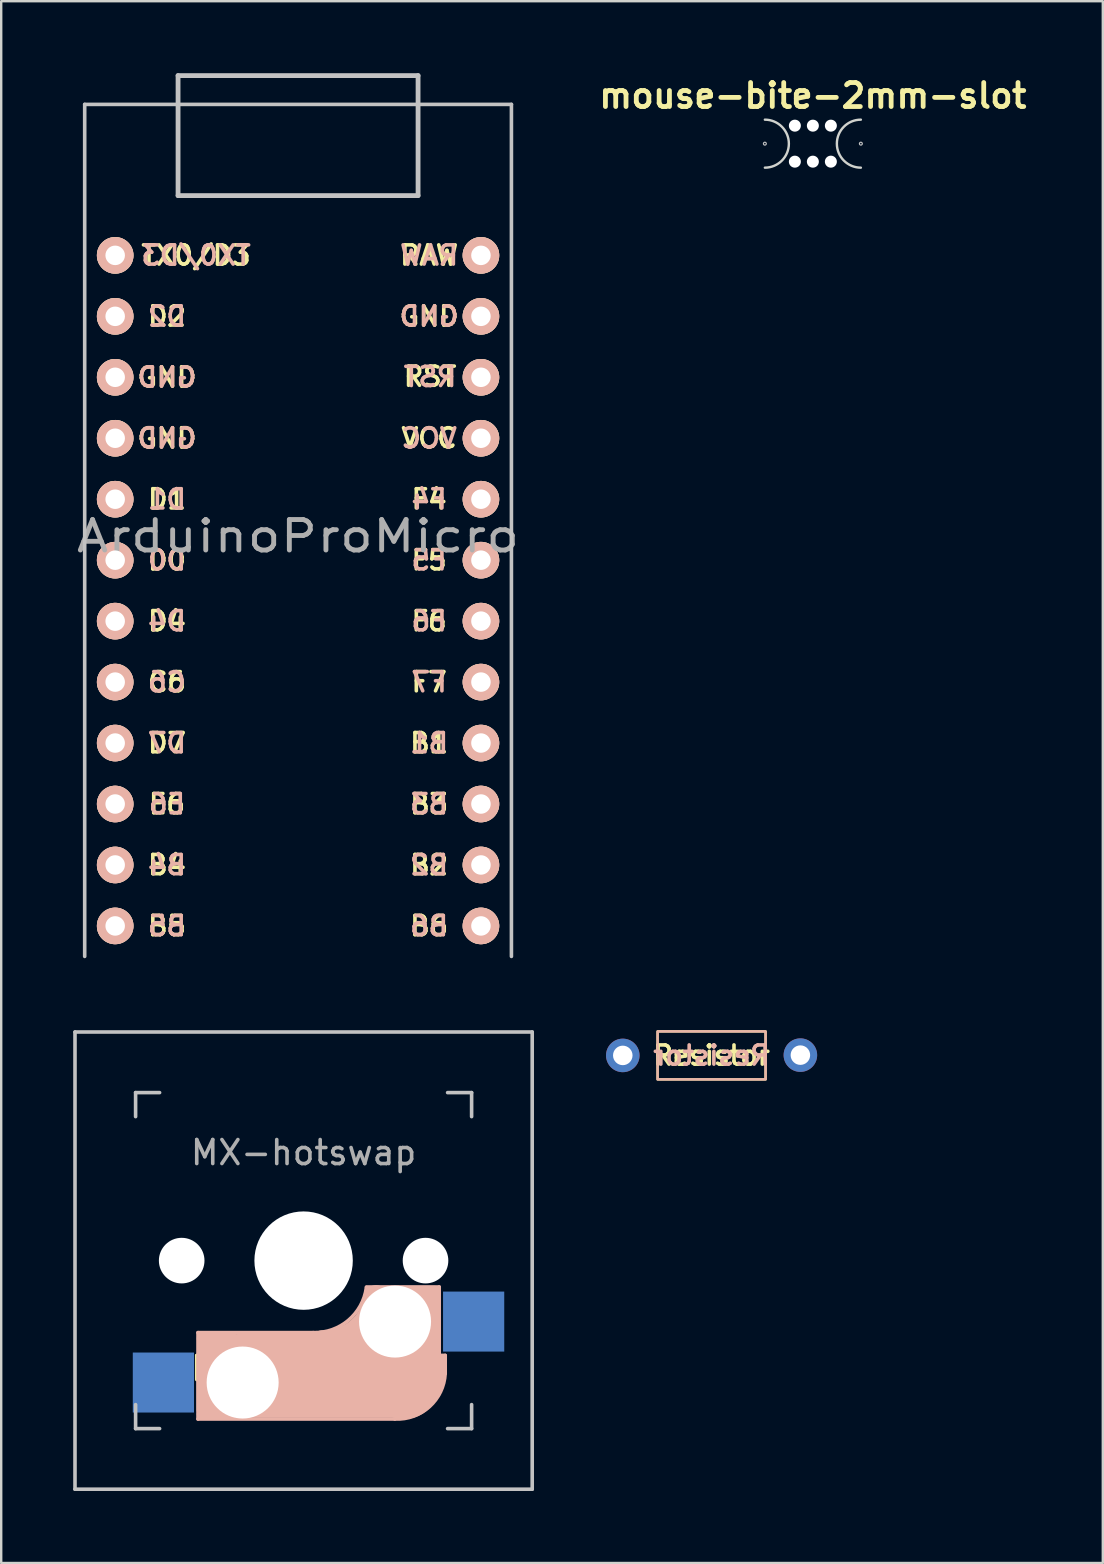
<source format=kicad_pcb>
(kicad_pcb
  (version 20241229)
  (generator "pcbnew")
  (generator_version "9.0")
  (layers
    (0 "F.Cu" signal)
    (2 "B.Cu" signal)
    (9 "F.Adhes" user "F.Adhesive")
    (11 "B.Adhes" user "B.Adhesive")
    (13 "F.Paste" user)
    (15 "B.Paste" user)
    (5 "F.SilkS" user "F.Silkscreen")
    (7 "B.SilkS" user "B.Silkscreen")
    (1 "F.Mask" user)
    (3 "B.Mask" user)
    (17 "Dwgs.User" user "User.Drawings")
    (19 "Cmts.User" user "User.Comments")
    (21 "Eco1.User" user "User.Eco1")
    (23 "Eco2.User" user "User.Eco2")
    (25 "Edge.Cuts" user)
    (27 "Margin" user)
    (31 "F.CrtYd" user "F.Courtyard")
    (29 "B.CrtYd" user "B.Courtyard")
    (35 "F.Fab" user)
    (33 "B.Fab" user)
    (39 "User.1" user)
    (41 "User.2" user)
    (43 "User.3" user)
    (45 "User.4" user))
  (footprint "MX-hotswap"
    (layer "F.Cu")
    (at 9.6 49.475)
    (property "Reference" "MX-hotswap" (at 0 4.5 0) (unlocked yes) (layer "F.SilkS") (effects (font (size 1 1) (thickness 0.15))))
    (attr smd)
    (fp_line (start -4.4 3) (end -4.4 6.6) (stroke (width 0.15) (type solid)) (layer "B.SilkS"))
    (fp_line (start -4.4 6.6) (end 3.8 6.6) (stroke (width 0.15) (type solid)) (layer "B.SilkS"))
    (fp_line (start -4.38 4) (end -4.38 6.25) (stroke (width 0.15) (type solid)) (layer "B.SilkS"))
    (fp_line (start -4.25 6.4) (end -3 6.4) (stroke (width 0.4) (type solid)) (layer "B.SilkS"))
    (fp_line (start -4.2 3.25) (end -2.9 3.3) (stroke (width 0.5) (type solid)) (layer "B.SilkS"))
    (fp_line (start -3.9 6) (end -3.9 3.5) (stroke (width 1) (type solid)) (layer "B.SilkS"))
    (fp_line (start -2.6 4.8) (end 4.1 4.8) (stroke (width 3.5) (type solid)) (layer "B.SilkS"))
    (fp_line (start 0.4 3) (end -4.4 3) (stroke (width 0.15) (type solid)) (layer "B.SilkS"))
    (fp_line (start 4.17 5.1) (end 4.17 2.86) (stroke (width 3) (type solid)) (layer "B.SilkS"))
    (fp_line (start 5.3 1.6) (end 5.3 3.4) (stroke (width 0.8) (type solid)) (layer "B.SilkS"))
    (fp_line (start 5.45 1.3) (end 3 1.3) (stroke (width 0.5) (type solid)) (layer "B.SilkS"))
    (fp_line (start 5.65 1.1) (end 2.62 1.1) (stroke (width 0.15) (type solid)) (layer "B.SilkS"))
    (fp_line (start 5.65 5.55) (end 5.65 1.1) (stroke (width 0.15) (type solid)) (layer "B.SilkS"))
    (fp_line (start 5.8 4.05) (end 5.8 4.7) (stroke (width 0.3) (type solid)) (layer "B.SilkS"))
    (fp_line (start 5.9 3.95) (end 5.7 3.95) (stroke (width 0.15) (type solid)) (layer "B.SilkS"))
    (fp_line (start 5.9 4.7) (end 5.9 3.95) (stroke (width 0.15) (type solid)) (layer "B.SilkS"))
    (fp_arc (start 2.616318 1.121471) (mid 1.868709 2.486118) (end 0.4 3) (stroke (width 0.15) (type solid)) (layer "B.SilkS"))
    (fp_arc (start 3.016318 1.521471) (mid 2.268709 2.886118) (end 0.8 3.4) (stroke (width 1) (type solid)) (layer "B.SilkS"))
    (fp_arc (start 5.9 4.699999) (mid 5.243504 6.084924) (end 3.800001 6.6) (stroke (width 0.15) (type solid)) (layer "B.SilkS"))
    (fp_line (start -9.525 -9.525) (end 9.525 -9.525) (stroke (width 0.15) (type solid)) (layer "Dwgs.User"))
    (fp_line (start -9.525 9.525) (end -9.525 -9.525) (stroke (width 0.15) (type solid)) (layer "Dwgs.User"))
    (fp_line (start -7 -7) (end -7 -6) (stroke (width 0.15) (type solid)) (layer "Dwgs.User"))
    (fp_line (start -7 7) (end -7 6) (stroke (width 0.15) (type solid)) (layer "Dwgs.User"))
    (fp_line (start -7 7) (end -6 7) (stroke (width 0.15) (type solid)) (layer "Dwgs.User"))
    (fp_line (start -6 -7) (end -7 -7) (stroke (width 0.15) (type solid)) (layer "Dwgs.User"))
    (fp_line (start 7 -7) (end 6 -7) (stroke (width 0.15) (type solid)) (layer "Dwgs.User"))
    (fp_line (start 7 -6) (end 7 -7) (stroke (width 0.15) (type solid)) (layer "Dwgs.User"))
    (fp_line (start 7 6) (end 7 7) (stroke (width 0.15) (type solid)) (layer "Dwgs.User"))
    (fp_line (start 7 7) (end 6 7) (stroke (width 0.15) (type solid)) (layer "Dwgs.User"))
    (fp_line (start 9.525 -9.525) (end 9.525 9.525) (stroke (width 0.15) (type solid)) (layer "Dwgs.User"))
    (fp_line (start 9.525 9.525) (end -9.525 9.525) (stroke (width 0.15) (type solid)) (layer "Dwgs.User"))
    (fp_text user "${REFERENCE}" (at 0 -4.5 0) (unlocked yes) (layer "F.Fab") (effects (font (size 1 1) (thickness 0.15))))
    (pad "" np_thru_hole circle (at -5.08 0 180) (size 1.9 1.9) (drill 1.9) (layers "*.Cu" "*.Mask"))
    (pad "" np_thru_hole circle (at -2.54 5.08 180) (size 3 3) (drill 3) (layers "*.Cu" "*.Mask"))
    (pad "" np_thru_hole circle (at 0 0 270) (size 4.1 4.1) (drill 4.1) (layers "*.Cu" "*.Mask"))
    (pad "" np_thru_hole circle (at 3.81 2.54 180) (size 3 3) (drill 3) (layers "*.Cu" "*.Mask"))
    (pad "" np_thru_hole circle (at 5.08 0 180) (size 1.9 1.9) (drill 1.9) (layers "*.Cu" "*.Mask"))
    (pad "1" smd rect (at -5.842 5.08) (size 2.55 2.5) (layers "B.Cu" "B.Mask" "B.Paste"))
    (pad "2" smd rect (at 7.085 2.54) (size 2.55 2.5) (layers "B.Cu" "B.Mask" "B.Paste")))
  (footprint "mouse-bite-2mm-slot"
    (layer "F.Cu")
    (at 30.819 2.936)
    (property "Reference" "mouse-bite-2mm-slot" (at 0 -2 0) (layer "F.SilkS") (effects (font (size 1 1) (thickness 0.2))))
    (attr through_hole)
    (fp_circle (center -2 0) (end -2 -0.06) (stroke (width 0.05) (type solid)) (fill no) (layer "Dwgs.User"))
    (fp_circle (center 2 0) (end 2.06 0) (stroke (width 0.05) (type solid)) (fill no) (layer "Dwgs.User"))
    (fp_line (start -2 0) (end -2 0) (stroke (width 2) (type solid)) (layer "Eco1.User"))
    (fp_line (start 2 0) (end 2 0) (stroke (width 2) (type solid)) (layer "Eco1.User"))
    (fp_arc (start -2 -1) (mid -1 0) (end -2 1) (stroke (width 0.1) (type solid)) (layer "Edge.Cuts"))
    (fp_arc (start 2 1) (mid 1 0) (end 2 -1) (stroke (width 0.1) (type solid)) (layer "Edge.Cuts"))
    (pad "" np_thru_hole circle (at -0.75 -0.75) (size 0.5 0.5) (drill 0.5) (layers "*.Cu" "*.Mask"))
    (pad "" np_thru_hole circle (at -0.75 0.75) (size 0.5 0.5) (drill 0.5) (layers "*.Cu" "*.Mask"))
    (pad "" np_thru_hole circle (at 0 -0.75) (size 0.5 0.5) (drill 0.5) (layers "*.Cu" "*.Mask"))
    (pad "" np_thru_hole circle (at 0 0.75) (size 0.5 0.5) (drill 0.5) (layers "*.Cu" "*.Mask"))
    (pad "" np_thru_hole circle (at 0.75 -0.75) (size 0.5 0.5) (drill 0.5) (layers "*.Cu" "*.Mask"))
    (pad "" np_thru_hole circle (at 0.75 0.75) (size 0.5 0.5) (drill 0.5) (layers "*.Cu" "*.Mask")))
  (footprint "Resistor"
    (layer "F.Cu")
    (at 26.599 40.925)
    (property "Reference" "Resistor" (at 0 0 0) (unlocked yes) (layer "F.SilkS") (effects (font (size 0.8 0.8) (thickness 0.15))))
    (attr smd)
    (fp_rect (start -2.25 -1) (end 2.25 1) (stroke (width 0.1) (type solid)) (fill no) (layer "F.SilkS"))
    (fp_rect (start 2.25 -1) (end -2.25 1) (stroke (width 0.1) (type solid)) (fill no) (layer "B.SilkS"))
    (fp_text user "${REFERENCE}" (at 0 0 0) (unlocked yes) (layer "B.SilkS") (effects (font (size 0.8 0.8) (thickness 0.15)) (justify mirror)))
    (pad "1" thru_hole circle (at -3.7 0 180) (size 1.397 1.397) (drill 0.813) (layers "*.Cu" "*.Mask"))
    (pad "2" thru_hole circle (at 3.7 -0.012 180) (size 1.397 1.397) (drill 0.813) (layers "*.Cu" "*.Mask")))
  (footprint "ArduinoProMicro"
    (layer "F.Cu")
    (at 9.369 20.29)
    (property "Reference" "ArduinoProMicro" (at 0 -1 0) (layer "F.Fab") (effects (font (size 1.27 1.524) (thickness 0.203))))
    (attr through_hole)
    (fp_line (start -8.89 -18.99) (end -8.89 16.51) (stroke (width 0.15) (type solid)) (layer "Dwgs.User"))
    (fp_line (start -5 -20.19) (end 5 -20.19) (stroke (width 0.2) (type solid)) (layer "Dwgs.User"))
    (fp_line (start -5 -15.19) (end -5 -20.19) (stroke (width 0.2) (type solid)) (layer "Dwgs.User"))
    (fp_line (start 5 -20.19) (end 5 -15.19) (stroke (width 0.2) (type solid)) (layer "Dwgs.User"))
    (fp_line (start 5 -15.19) (end -5 -15.19) (stroke (width 0.2) (type solid)) (layer "Dwgs.User"))
    (fp_line (start 8.89 -18.99) (end -8.89 -18.99) (stroke (width 0.15) (type solid)) (layer "Dwgs.User"))
    (fp_line (start 8.89 16.51) (end 8.89 -18.99) (stroke (width 0.15) (type solid)) (layer "Dwgs.User"))
    (fp_text user "RAW" (at 5.461 -12.7 0) (layer "F.SilkS") (effects (font (size 0.8 0.8) (thickness 0.15))))
    (fp_text user "F7" (at 5.461 5.08 0) (layer "F.SilkS") (effects (font (size 0.8 0.8) (thickness 0.15))))
    (fp_text user "GND" (at -5.461 -5.08 0) (layer "F.SilkS") (effects (font (size 0.8 0.8) (thickness 0.15))))
    (fp_text user "GND" (at -5.461 -7.62 0) (layer "F.SilkS") (effects (font (size 0.8 0.8) (thickness 0.15))))
    (fp_text user "B4" (at -5.461 12.7 0) (layer "F.SilkS") (effects (font (size 0.8 0.8) (thickness 0.15))))
    (fp_text user "RST" (at 5.5 -7.65 0) (layer "F.SilkS") (effects (font (size 0.8 0.8) (thickness 0.15))))
    (fp_text user "D0" (at -5.461 0 0) (layer "F.SilkS") (effects (font (size 0.8 0.8) (thickness 0.15))))
    (fp_text user "B6" (at 5.461 15.24 0) (layer "F.SilkS") (effects (font (size 0.8 0.8) (thickness 0.15))))
    (fp_text user "B3" (at 5.461 10.16 0) (layer "F.SilkS") (effects (font (size 0.8 0.8) (thickness 0.15))))
    (fp_text user "D2" (at -5.461 -10.16 0) (layer "F.SilkS") (effects (font (size 0.8 0.8) (thickness 0.15))))
    (fp_text user "C6" (at -5.461 5.08 0) (layer "F.SilkS") (effects (font (size 0.8 0.8) (thickness 0.15))))
    (fp_text user "B2" (at 5.461 12.7 0) (layer "F.SilkS") (effects (font (size 0.8 0.8) (thickness 0.15))))
    (fp_text user "B1" (at 5.461 7.62 0) (layer "F.SilkS") (effects (font (size 0.8 0.8) (thickness 0.15))))
    (fp_text user "F6" (at 5.461 2.54 0) (layer "F.SilkS") (effects (font (size 0.8 0.8) (thickness 0.15))))
    (fp_text user "B5" (at -5.461 15.24 0) (layer "F.SilkS") (effects (font (size 0.8 0.8) (thickness 0.15))))
    (fp_text user "VCC" (at 5.461 -5.08 0) (layer "F.SilkS") (effects (font (size 0.8 0.8) (thickness 0.15))))
    (fp_text user "E6" (at -5.461 10.16 0) (layer "F.SilkS") (effects (font (size 0.8 0.8) (thickness 0.15))))
    (fp_text user "GND" (at 5.461 -10.16 0) (layer "F.SilkS") (effects (font (size 0.8 0.8) (thickness 0.15))))
    (fp_text user "TX0/D3" (at -4.25 -12.7 0) (layer "F.SilkS") (effects (font (size 0.8 0.8) (thickness 0.15))))
    (fp_text user "F5" (at 5.461 0 0) (layer "F.SilkS") (effects (font (size 0.8 0.8) (thickness 0.15))))
    (fp_text user "D7" (at -5.461 7.62 0) (layer "F.SilkS") (effects (font (size 0.8 0.8) (thickness 0.15))))
    (fp_text user "F4" (at 5.461 -2.54 0) (layer "F.SilkS") (effects (font (size 0.8 0.8) (thickness 0.15))))
    (fp_text user "D1" (at -5.461 -2.54 0) (layer "F.SilkS") (effects (font (size 0.8 0.8) (thickness 0.15))))
    (fp_text user "D4" (at -5.461 2.54 0) (layer "F.SilkS") (effects (font (size 0.8 0.8) (thickness 0.15))))
    (fp_text user "B4" (at -5.461 12.7 0) (layer "B.SilkS") (effects (font (size 0.8 0.8) (thickness 0.15)) (justify mirror)))
    (fp_text user "F6" (at 5.461 2.54 0) (layer "B.SilkS") (effects (font (size 0.8 0.8) (thickness 0.15)) (justify mirror)))
    (fp_text user "GND" (at -5.461 -5.08 0) (layer "B.SilkS") (effects (font (size 0.8 0.8) (thickness 0.15)) (justify mirror)))
    (fp_text user "VCC" (at 5.461 -5.08 0) (layer "B.SilkS") (effects (font (size 0.8 0.8) (thickness 0.15)) (justify mirror)))
    (fp_text user "D4" (at -5.461 2.54 0) (layer "B.SilkS") (effects (font (size 0.8 0.8) (thickness 0.15)) (justify mirror)))
    (fp_text user "F5" (at 5.461 0 0) (layer "B.SilkS") (effects (font (size 0.8 0.8) (thickness 0.15)) (justify mirror)))
    (fp_text user "F7" (at 5.461 5.08 0) (layer "B.SilkS") (effects (font (size 0.8 0.8) (thickness 0.15)) (justify mirror)))
    (fp_text user "B2" (at 5.461 12.7 0) (layer "B.SilkS") (effects (font (size 0.8 0.8) (thickness 0.15)) (justify mirror)))
    (fp_text user "F4" (at 5.461 -2.54 0) (layer "B.SilkS") (effects (font (size 0.8 0.8) (thickness 0.15)) (justify mirror)))
    (fp_text user "B1" (at 5.461 7.62 0) (layer "B.SilkS") (effects (font (size 0.8 0.8) (thickness 0.15)) (justify mirror)))
    (fp_text user "TX0/D3" (at -4.25 -12.7 0) (layer "B.SilkS") (effects (font (size 0.8 0.8) (thickness 0.15)) (justify mirror)))
    (fp_text user "D0" (at -5.461 0 0) (layer "B.SilkS") (effects (font (size 0.8 0.8) (thickness 0.15)) (justify mirror)))
    (fp_text user "E6" (at -5.461 10.16 0) (layer "B.SilkS") (effects (font (size 0.8 0.8) (thickness 0.15)) (justify mirror)))
    (fp_text user "B3" (at 5.461 10.16 0) (layer "B.SilkS") (effects (font (size 0.8 0.8) (thickness 0.15)) (justify mirror)))
    (fp_text user "GND" (at -5.461 -7.62 0) (layer "B.SilkS") (effects (font (size 0.8 0.8) (thickness 0.15)) (justify mirror)))
    (fp_text user "GND" (at 5.461 -10.16 0) (layer "B.SilkS") (effects (font (size 0.8 0.8) (thickness 0.15)) (justify mirror)))
    (fp_text user "D2" (at -5.461 -10.16 0) (layer "B.SilkS") (effects (font (size 0.8 0.8) (thickness 0.15)) (justify mirror)))
    (fp_text user "B5" (at -5.461 15.24 0) (layer "B.SilkS") (effects (font (size 0.8 0.8) (thickness 0.15)) (justify mirror)))
    (fp_text user "D1" (at -5.461 -2.54 0) (layer "B.SilkS") (effects (font (size 0.8 0.8) (thickness 0.15)) (justify mirror)))
    (fp_text user "C6" (at -5.461 5.08 0) (layer "B.SilkS") (effects (font (size 0.8 0.8) (thickness 0.15)) (justify mirror)))
    (fp_text user "RAW" (at 5.461 -12.7 0) (layer "B.SilkS") (effects (font (size 0.8 0.8) (thickness 0.15)) (justify mirror)))
    (fp_text user "RST" (at 5.5 -7.64 0) (layer "B.SilkS") (effects (font (size 0.8 0.8) (thickness 0.15)) (justify mirror)))
    (fp_text user "B6" (at 5.461 15.24 0) (layer "B.SilkS") (effects (font (size 0.8 0.8) (thickness 0.15)) (justify mirror)))
    (fp_text user "D7" (at -5.461 7.62 0) (layer "B.SilkS") (effects (font (size 0.8 0.8) (thickness 0.15)) (justify mirror)))
    (pad "1" thru_hole circle (at -7.62 -12.7 270) (size 1.524 1.524) (drill 0.813) (layers "*.Cu" "*.SilkS" "*.Mask"))
    (pad "2" thru_hole circle (at -7.62 -10.16 270) (size 1.524 1.524) (drill 0.813) (layers "*.Cu" "*.SilkS" "*.Mask"))
    (pad "3" thru_hole circle (at -7.62 -7.62 270) (size 1.524 1.524) (drill 0.813) (layers "*.Cu" "*.SilkS" "*.Mask"))
    (pad "4" thru_hole circle (at -7.62 -5.08 270) (size 1.524 1.524) (drill 0.813) (layers "*.Cu" "*.SilkS" "*.Mask"))
    (pad "5" thru_hole circle (at -7.62 -2.54 270) (size 1.524 1.524) (drill 0.813) (layers "*.Cu" "*.SilkS" "*.Mask"))
    (pad "6" thru_hole circle (at -7.62 0 270) (size 1.524 1.524) (drill 0.813) (layers "*.Cu" "*.SilkS" "*.Mask"))
    (pad "7" thru_hole circle (at -7.62 2.54 270) (size 1.524 1.524) (drill 0.813) (layers "*.Cu" "*.SilkS" "*.Mask"))
    (pad "8" thru_hole circle (at -7.62 5.08 270) (size 1.524 1.524) (drill 0.813) (layers "*.Cu" "*.SilkS" "*.Mask"))
    (pad "9" thru_hole circle (at -7.62 7.62 270) (size 1.524 1.524) (drill 0.813) (layers "*.Cu" "*.SilkS" "*.Mask"))
    (pad "10" thru_hole circle (at -7.62 10.16 270) (size 1.524 1.524) (drill 0.813) (layers "*.Cu" "*.SilkS" "*.Mask"))
    (pad "11" thru_hole circle (at -7.62 12.7 270) (size 1.524 1.524) (drill 0.813) (layers "*.Cu" "*.SilkS" "*.Mask"))
    (pad "12" thru_hole circle (at -7.62 15.24 270) (size 1.524 1.524) (drill 0.813) (layers "*.Cu" "*.SilkS" "*.Mask"))
    (pad "13" thru_hole circle (at 7.62 15.24 90) (size 1.524 1.524) (drill 0.813) (layers "*.Cu" "*.SilkS" "*.Mask"))
    (pad "14" thru_hole circle (at 7.62 12.7 90) (size 1.524 1.524) (drill 0.813) (layers "*.Cu" "*.SilkS" "*.Mask"))
    (pad "15" thru_hole circle (at 7.62 10.16 90) (size 1.524 1.524) (drill 0.813) (layers "*.Cu" "*.SilkS" "*.Mask"))
    (pad "16" thru_hole circle (at 7.62 7.62 90) (size 1.524 1.524) (drill 0.813) (layers "*.Cu" "*.SilkS" "*.Mask"))
    (pad "17" thru_hole circle (at 7.62 5.08 90) (size 1.524 1.524) (drill 0.813) (layers "*.Cu" "*.SilkS" "*.Mask"))
    (pad "18" thru_hole circle (at 7.62 2.54 90) (size 1.524 1.524) (drill 0.813) (layers "*.Cu" "*.SilkS" "*.Mask"))
    (pad "19" thru_hole circle (at 7.62 0 90) (size 1.524 1.524) (drill 0.813) (layers "*.Cu" "*.SilkS" "*.Mask"))
    (pad "20" thru_hole circle (at 7.62 -2.54 90) (size 1.524 1.524) (drill 0.813) (layers "*.Cu" "*.SilkS" "*.Mask"))
    (pad "21" thru_hole circle (at 7.62 -5.08 90) (size 1.524 1.524) (drill 0.813) (layers "*.Cu" "*.SilkS" "*.Mask"))
    (pad "22" thru_hole circle (at 7.62 -7.62 90) (size 1.524 1.524) (drill 0.813) (layers "*.Cu" "*.SilkS" "*.Mask"))
    (pad "23" thru_hole circle (at 7.62 -10.16 90) (size 1.524 1.524) (drill 0.813) (layers "*.Cu" "*.SilkS" "*.Mask"))
    (pad "24" thru_hole circle (at 7.62 -12.7 90) (size 1.524 1.524) (drill 0.813) (layers "*.Cu" "*.SilkS" "*.Mask")))
  (gr_rect
    (start -3 -3)
    (end 42.9 62.075)
    (stroke (width 0.1) (type default))
    (fill no)
    (layer "Edge.Cuts")))
</source>
